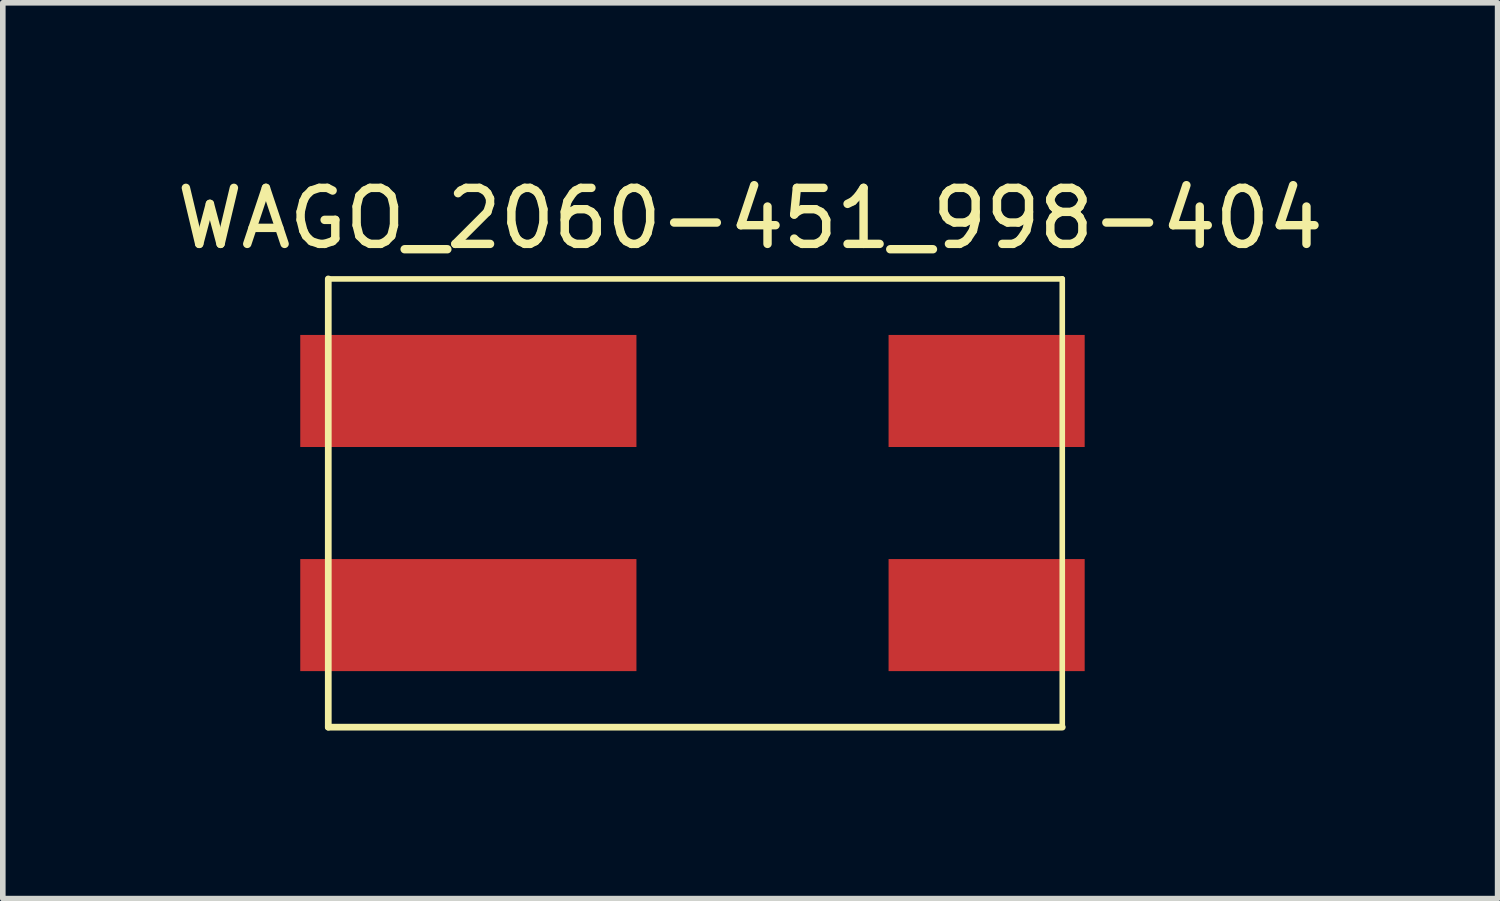
<source format=kicad_pcb>
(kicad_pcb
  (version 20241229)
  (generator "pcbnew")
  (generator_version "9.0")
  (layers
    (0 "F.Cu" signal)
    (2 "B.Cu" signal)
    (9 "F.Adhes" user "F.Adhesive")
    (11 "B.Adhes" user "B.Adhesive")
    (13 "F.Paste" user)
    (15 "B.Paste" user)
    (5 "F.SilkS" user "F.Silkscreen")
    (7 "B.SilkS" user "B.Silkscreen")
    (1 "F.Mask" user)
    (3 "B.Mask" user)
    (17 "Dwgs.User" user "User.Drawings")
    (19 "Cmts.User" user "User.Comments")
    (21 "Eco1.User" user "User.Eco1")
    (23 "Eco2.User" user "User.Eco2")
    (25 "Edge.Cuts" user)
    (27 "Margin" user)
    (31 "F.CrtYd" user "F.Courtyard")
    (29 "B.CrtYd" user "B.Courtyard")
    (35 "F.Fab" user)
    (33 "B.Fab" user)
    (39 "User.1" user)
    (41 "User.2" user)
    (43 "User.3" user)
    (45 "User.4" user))
  (footprint "WAGO_2060-451_998-404"
    (layer "F.Cu")
    (at 2.309 2.928)
    (property "Reference" "WAGO_2060-451_998-404" (at 8.03 -2.08 0) (layer "F.SilkS") (effects (font (size 1 1) (thickness 0.15))))
    (attr smd)
    (fp_line (start 0.5 -1) (end 0.5 7) (stroke (width 0.12) (type solid)) (layer "F.SilkS"))
    (fp_line (start 0.5 -1) (end 13.6 -1) (stroke (width 0.1) (type solid)) (layer "F.SilkS"))
    (fp_line (start 0.5 7) (end 13.6 7) (stroke (width 0.12) (type solid)) (layer "F.SilkS"))
    (fp_line (start 13.6 -1) (end 13.6 7) (stroke (width 0.1) (type solid)) (layer "F.SilkS"))
    (pad "1" smd rect (at 3 1) (size 6 2) (layers "F.Cu" "F.Mask" "F.Paste"))
    (pad "1" smd rect (at 12.25 1) (size 3.5 2) (layers "F.Cu" "F.Mask" "F.Paste"))
    (pad "2" smd rect (at 3 5) (size 6 2) (layers "F.Cu" "F.Mask" "F.Paste"))
    (pad "2" smd rect (at 12.25 5) (size 3.5 2) (layers "F.Cu" "F.Mask" "F.Paste")))
  (gr_rect
    (start -3 -3)
    (end 23.679 12.988)
    (stroke (width 0.1) (type default))
    (fill no)
    (layer "Edge.Cuts")))
</source>
